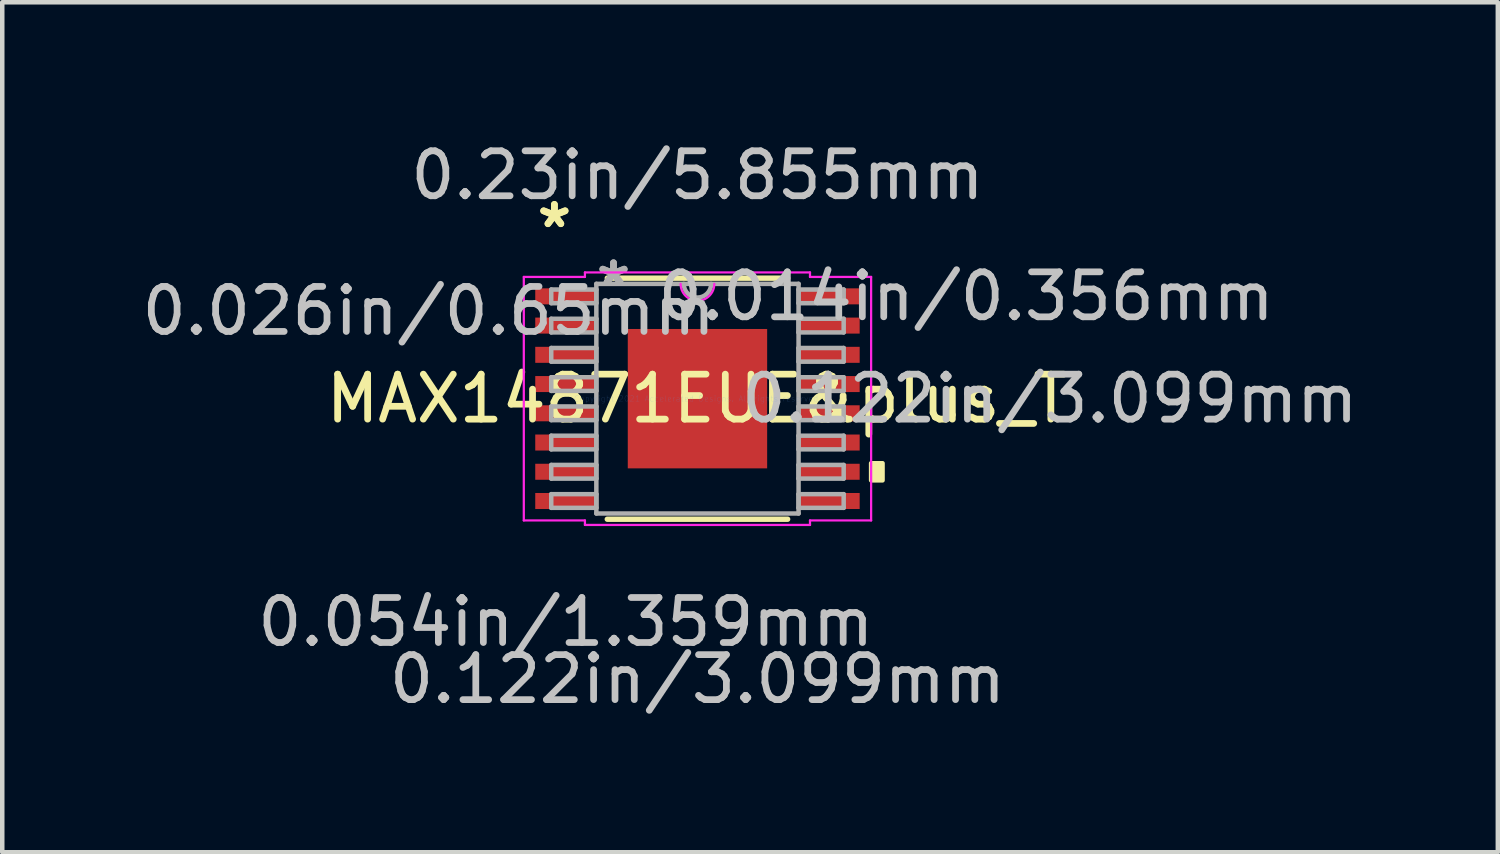
<source format=kicad_pcb>
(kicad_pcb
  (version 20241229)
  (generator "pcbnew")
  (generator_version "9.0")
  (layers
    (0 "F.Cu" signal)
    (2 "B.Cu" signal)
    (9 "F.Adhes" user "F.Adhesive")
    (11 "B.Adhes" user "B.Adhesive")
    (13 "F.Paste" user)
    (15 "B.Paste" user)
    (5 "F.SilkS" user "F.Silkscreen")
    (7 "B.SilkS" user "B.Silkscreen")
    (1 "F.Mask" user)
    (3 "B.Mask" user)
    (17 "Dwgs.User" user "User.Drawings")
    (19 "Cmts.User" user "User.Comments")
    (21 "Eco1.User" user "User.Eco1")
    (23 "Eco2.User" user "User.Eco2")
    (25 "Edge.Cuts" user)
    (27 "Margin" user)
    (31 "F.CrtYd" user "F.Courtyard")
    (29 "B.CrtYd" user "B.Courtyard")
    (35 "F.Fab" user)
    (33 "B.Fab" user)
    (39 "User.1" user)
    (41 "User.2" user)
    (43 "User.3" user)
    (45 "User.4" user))
  (footprint "MAX14871EUE&plus_T"
    (layer "F.Cu")
    (at 12.457 5.814)
    (property "Reference" "MAX14871EUE&plus_T" (at 0 0 0) (layer "F.SilkS") (effects (font (size 1 1) (thickness 0.15))))
    (attr through_hole)
    (fp_line (start -2.005 2.68) (end 2.005 2.68) (stroke (width 0.12) (type solid)) (layer "F.SilkS"))
    (fp_line (start 2.005 -2.68) (end -2.005 -2.68) (stroke (width 0.12) (type solid)) (layer "F.SilkS"))
    (fp_poly (pts (xy 4.115 1.435) (xy 4.115 1.816) (xy 3.861 1.816) (xy 3.861 1.435)) (stroke (width 0.1) (type solid)) (fill yes) (layer "F.SilkS"))
    (fp_poly (pts (xy -1.449 -1.449) (xy -1.449 -0.1) (xy -0.1 -0.1) (xy -0.1 -1.449)) (stroke (width 0.1) (type solid)) (fill yes) (layer "F.Paste"))
    (fp_poly (pts (xy -1.449 0.1) (xy -1.449 1.449) (xy -0.1 1.449) (xy -0.1 0.1)) (stroke (width 0.1) (type solid)) (fill yes) (layer "F.Paste"))
    (fp_poly (pts (xy 0.1 -1.449) (xy 0.1 -0.1) (xy 1.449 -0.1) (xy 1.449 -1.449)) (stroke (width 0.1) (type solid)) (fill yes) (layer "F.Paste"))
    (fp_poly (pts (xy 0.1 0.1) (xy 0.1 1.449) (xy 1.449 1.449) (xy 1.449 0.1)) (stroke (width 0.1) (type solid)) (fill yes) (layer "F.Paste"))
    (fp_line (start -3.861 -2.707) (end -2.502 -2.707) (stroke (width 0.05) (type solid)) (layer "F.CrtYd"))
    (fp_line (start -3.861 2.707) (end -3.861 -2.707) (stroke (width 0.05) (type solid)) (layer "F.CrtYd"))
    (fp_line (start -2.502 -2.807) (end 2.502 -2.807) (stroke (width 0.05) (type solid)) (layer "F.CrtYd"))
    (fp_line (start -2.502 -2.707) (end -2.502 -2.807) (stroke (width 0.05) (type solid)) (layer "F.CrtYd"))
    (fp_line (start -2.502 2.707) (end -3.861 2.707) (stroke (width 0.05) (type solid)) (layer "F.CrtYd"))
    (fp_line (start -2.502 2.807) (end -2.502 2.707) (stroke (width 0.05) (type solid)) (layer "F.CrtYd"))
    (fp_line (start 2.502 -2.807) (end 2.502 -2.707) (stroke (width 0.05) (type solid)) (layer "F.CrtYd"))
    (fp_line (start 2.502 -2.707) (end 3.861 -2.707) (stroke (width 0.05) (type solid)) (layer "F.CrtYd"))
    (fp_line (start 2.502 2.707) (end 2.502 2.807) (stroke (width 0.05) (type solid)) (layer "F.CrtYd"))
    (fp_line (start 2.502 2.807) (end -2.502 2.807) (stroke (width 0.05) (type solid)) (layer "F.CrtYd"))
    (fp_line (start 3.861 -2.707) (end 3.861 2.707) (stroke (width 0.05) (type solid)) (layer "F.CrtYd"))
    (fp_line (start 3.861 2.707) (end 2.502 2.707) (stroke (width 0.05) (type solid)) (layer "F.CrtYd"))
    (fp_arc (start 0.37465 -2.5527) (mid 0 -2.17805) (end -0.37465 -2.5527) (stroke (width 0.05) (type solid)) (layer "F.CrtYd"))
    (fp_line (start -3.251 -2.427) (end -3.251 -2.123) (stroke (width 0.1) (type solid)) (layer "F.Fab"))
    (fp_line (start -3.251 -2.123) (end -2.248 -2.123) (stroke (width 0.1) (type solid)) (layer "F.Fab"))
    (fp_line (start -3.251 -1.777) (end -3.251 -1.473) (stroke (width 0.1) (type solid)) (layer "F.Fab"))
    (fp_line (start -3.251 -1.473) (end -2.248 -1.473) (stroke (width 0.1) (type solid)) (layer "F.Fab"))
    (fp_line (start -3.251 -1.127) (end -3.251 -0.823) (stroke (width 0.1) (type solid)) (layer "F.Fab"))
    (fp_line (start -3.251 -0.823) (end -2.248 -0.823) (stroke (width 0.1) (type solid)) (layer "F.Fab"))
    (fp_line (start -3.251 -0.477) (end -3.251 -0.173) (stroke (width 0.1) (type solid)) (layer "F.Fab"))
    (fp_line (start -3.251 -0.173) (end -2.248 -0.173) (stroke (width 0.1) (type solid)) (layer "F.Fab"))
    (fp_line (start -3.251 0.173) (end -3.251 0.477) (stroke (width 0.1) (type solid)) (layer "F.Fab"))
    (fp_line (start -3.251 0.477) (end -2.248 0.477) (stroke (width 0.1) (type solid)) (layer "F.Fab"))
    (fp_line (start -3.251 0.823) (end -3.251 1.127) (stroke (width 0.1) (type solid)) (layer "F.Fab"))
    (fp_line (start -3.251 1.127) (end -2.248 1.127) (stroke (width 0.1) (type solid)) (layer "F.Fab"))
    (fp_line (start -3.251 1.473) (end -3.251 1.777) (stroke (width 0.1) (type solid)) (layer "F.Fab"))
    (fp_line (start -3.251 1.777) (end -2.248 1.777) (stroke (width 0.1) (type solid)) (layer "F.Fab"))
    (fp_line (start -3.251 2.123) (end -3.251 2.427) (stroke (width 0.1) (type solid)) (layer "F.Fab"))
    (fp_line (start -3.251 2.427) (end -2.248 2.427) (stroke (width 0.1) (type solid)) (layer "F.Fab"))
    (fp_line (start -2.248 -2.553) (end -2.248 2.553) (stroke (width 0.1) (type solid)) (layer "F.Fab"))
    (fp_line (start -2.248 -2.427) (end -3.251 -2.427) (stroke (width 0.1) (type solid)) (layer "F.Fab"))
    (fp_line (start -2.248 -2.123) (end -2.248 -2.427) (stroke (width 0.1) (type solid)) (layer "F.Fab"))
    (fp_line (start -2.248 -1.777) (end -3.251 -1.777) (stroke (width 0.1) (type solid)) (layer "F.Fab"))
    (fp_line (start -2.248 -1.473) (end -2.248 -1.777) (stroke (width 0.1) (type solid)) (layer "F.Fab"))
    (fp_line (start -2.248 -1.127) (end -3.251 -1.127) (stroke (width 0.1) (type solid)) (layer "F.Fab"))
    (fp_line (start -2.248 -0.823) (end -2.248 -1.127) (stroke (width 0.1) (type solid)) (layer "F.Fab"))
    (fp_line (start -2.248 -0.477) (end -3.251 -0.477) (stroke (width 0.1) (type solid)) (layer "F.Fab"))
    (fp_line (start -2.248 -0.173) (end -2.248 -0.477) (stroke (width 0.1) (type solid)) (layer "F.Fab"))
    (fp_line (start -2.248 0.173) (end -3.251 0.173) (stroke (width 0.1) (type solid)) (layer "F.Fab"))
    (fp_line (start -2.248 0.477) (end -2.248 0.173) (stroke (width 0.1) (type solid)) (layer "F.Fab"))
    (fp_line (start -2.248 0.823) (end -3.251 0.823) (stroke (width 0.1) (type solid)) (layer "F.Fab"))
    (fp_line (start -2.248 1.127) (end -2.248 0.823) (stroke (width 0.1) (type solid)) (layer "F.Fab"))
    (fp_line (start -2.248 1.473) (end -3.251 1.473) (stroke (width 0.1) (type solid)) (layer "F.Fab"))
    (fp_line (start -2.248 1.777) (end -2.248 1.473) (stroke (width 0.1) (type solid)) (layer "F.Fab"))
    (fp_line (start -2.248 2.123) (end -3.251 2.123) (stroke (width 0.1) (type solid)) (layer "F.Fab"))
    (fp_line (start -2.248 2.427) (end -2.248 2.123) (stroke (width 0.1) (type solid)) (layer "F.Fab"))
    (fp_line (start -2.248 2.553) (end 2.248 2.553) (stroke (width 0.1) (type solid)) (layer "F.Fab"))
    (fp_line (start 2.248 -2.553) (end -2.248 -2.553) (stroke (width 0.1) (type solid)) (layer "F.Fab"))
    (fp_line (start 2.248 -2.427) (end 2.248 -2.123) (stroke (width 0.1) (type solid)) (layer "F.Fab"))
    (fp_line (start 2.248 -2.123) (end 3.251 -2.123) (stroke (width 0.1) (type solid)) (layer "F.Fab"))
    (fp_line (start 2.248 -1.777) (end 2.248 -1.473) (stroke (width 0.1) (type solid)) (layer "F.Fab"))
    (fp_line (start 2.248 -1.473) (end 3.251 -1.473) (stroke (width 0.1) (type solid)) (layer "F.Fab"))
    (fp_line (start 2.248 -1.127) (end 2.248 -0.823) (stroke (width 0.1) (type solid)) (layer "F.Fab"))
    (fp_line (start 2.248 -0.823) (end 3.251 -0.823) (stroke (width 0.1) (type solid)) (layer "F.Fab"))
    (fp_line (start 2.248 -0.477) (end 2.248 -0.173) (stroke (width 0.1) (type solid)) (layer "F.Fab"))
    (fp_line (start 2.248 -0.173) (end 3.251 -0.173) (stroke (width 0.1) (type solid)) (layer "F.Fab"))
    (fp_line (start 2.248 0.173) (end 2.248 0.477) (stroke (width 0.1) (type solid)) (layer "F.Fab"))
    (fp_line (start 2.248 0.477) (end 3.251 0.477) (stroke (width 0.1) (type solid)) (layer "F.Fab"))
    (fp_line (start 2.248 0.823) (end 2.248 1.127) (stroke (width 0.1) (type solid)) (layer "F.Fab"))
    (fp_line (start 2.248 1.127) (end 3.251 1.127) (stroke (width 0.1) (type solid)) (layer "F.Fab"))
    (fp_line (start 2.248 1.473) (end 2.248 1.777) (stroke (width 0.1) (type solid)) (layer "F.Fab"))
    (fp_line (start 2.248 1.777) (end 3.251 1.777) (stroke (width 0.1) (type solid)) (layer "F.Fab"))
    (fp_line (start 2.248 2.123) (end 2.248 2.427) (stroke (width 0.1) (type solid)) (layer "F.Fab"))
    (fp_line (start 2.248 2.427) (end 3.251 2.427) (stroke (width 0.1) (type solid)) (layer "F.Fab"))
    (fp_line (start 2.248 2.553) (end 2.248 -2.553) (stroke (width 0.1) (type solid)) (layer "F.Fab"))
    (fp_line (start 3.251 -2.427) (end 2.248 -2.427) (stroke (width 0.1) (type solid)) (layer "F.Fab"))
    (fp_line (start 3.251 -2.123) (end 3.251 -2.427) (stroke (width 0.1) (type solid)) (layer "F.Fab"))
    (fp_line (start 3.251 -1.777) (end 2.248 -1.777) (stroke (width 0.1) (type solid)) (layer "F.Fab"))
    (fp_line (start 3.251 -1.473) (end 3.251 -1.777) (stroke (width 0.1) (type solid)) (layer "F.Fab"))
    (fp_line (start 3.251 -1.127) (end 2.248 -1.127) (stroke (width 0.1) (type solid)) (layer "F.Fab"))
    (fp_line (start 3.251 -0.823) (end 3.251 -1.127) (stroke (width 0.1) (type solid)) (layer "F.Fab"))
    (fp_line (start 3.251 -0.477) (end 2.248 -0.477) (stroke (width 0.1) (type solid)) (layer "F.Fab"))
    (fp_line (start 3.251 -0.173) (end 3.251 -0.477) (stroke (width 0.1) (type solid)) (layer "F.Fab"))
    (fp_line (start 3.251 0.173) (end 2.248 0.173) (stroke (width 0.1) (type solid)) (layer "F.Fab"))
    (fp_line (start 3.251 0.477) (end 3.251 0.173) (stroke (width 0.1) (type solid)) (layer "F.Fab"))
    (fp_line (start 3.251 0.823) (end 2.248 0.823) (stroke (width 0.1) (type solid)) (layer "F.Fab"))
    (fp_line (start 3.251 1.127) (end 3.251 0.823) (stroke (width 0.1) (type solid)) (layer "F.Fab"))
    (fp_line (start 3.251 1.473) (end 2.248 1.473) (stroke (width 0.1) (type solid)) (layer "F.Fab"))
    (fp_line (start 3.251 1.777) (end 3.251 1.473) (stroke (width 0.1) (type solid)) (layer "F.Fab"))
    (fp_line (start 3.251 2.123) (end 2.248 2.123) (stroke (width 0.1) (type solid)) (layer "F.Fab"))
    (fp_line (start 3.251 2.427) (end 3.251 2.123) (stroke (width 0.1) (type solid)) (layer "F.Fab"))
    (fp_arc (start 0.3048 -2.5527) (mid 0 -2.2479) (end -0.3048 -2.5527) (stroke (width 0.1) (type solid)) (layer "F.Fab"))
    (fp_text user "*" (at -3.181 -3.774 0) (layer "F.SilkS") (effects (font (size 1 1) (thickness 0.15))))
    (fp_text user "*" (at -3.181 -3.774 0) (layer "F.SilkS") (effects (font (size 1 1) (thickness 0.15))))
    (fp_text user "0.122in/3.099mm" (at 0 6.236 0) (layer "Dwgs.User") (effects (font (size 1 1) (thickness 0.15))))
    (fp_text user "0.014in/0.356mm" (at 5.975 -2.275 0) (layer "Dwgs.User") (effects (font (size 1 1) (thickness 0.15))))
    (fp_text user "0.23in/5.855mm" (at 0 -4.966 0) (layer "Dwgs.User") (effects (font (size 1 1) (thickness 0.15))))
    (fp_text user "0.122in/3.099mm" (at 7.836 0 0) (layer "Dwgs.User") (effects (font (size 1 1) (thickness 0.15))))
    (fp_text user "0.054in/1.359mm" (at -2.927 4.966 0) (layer "Dwgs.User") (effects (font (size 1 1) (thickness 0.15))))
    (fp_text user "0.026in/0.65mm" (at -5.975 -1.95 0) (layer "Dwgs.User") (effects (font (size 1 1) (thickness 0.15))))
    (fp_text user "Copyright 2021 Accelerated Designs. All rights reserved." (at 0 0 0) (layer "Cmts.User") (effects (font (size 0.127 0.127) (thickness 0.002))))
    (fp_text user "*" (at -1.867 -2.477 0) (layer "F.Fab") (effects (font (size 1 1) (thickness 0.15))))
    (fp_text user "*" (at -1.867 -2.477 0) (layer "F.Fab") (effects (font (size 1 1) (thickness 0.15))))
    (pad "1" smd rect (at -2.927 -2.275) (size 1.359 0.356) (layers "F.Cu" "F.Mask" "F.Paste"))
    (pad "2" smd rect (at -2.927 -1.625) (size 1.359 0.356) (layers "F.Cu" "F.Mask" "F.Paste"))
    (pad "3" smd rect (at -2.927 -0.975) (size 1.359 0.356) (layers "F.Cu" "F.Mask" "F.Paste"))
    (pad "4" smd rect (at -2.927 -0.325) (size 1.359 0.356) (layers "F.Cu" "F.Mask" "F.Paste"))
    (pad "5" smd rect (at -2.927 0.325) (size 1.359 0.356) (layers "F.Cu" "F.Mask" "F.Paste"))
    (pad "6" smd rect (at -2.927 0.975) (size 1.359 0.356) (layers "F.Cu" "F.Mask" "F.Paste"))
    (pad "7" smd rect (at -2.927 1.625) (size 1.359 0.356) (layers "F.Cu" "F.Mask" "F.Paste"))
    (pad "8" smd rect (at -2.927 2.275) (size 1.359 0.356) (layers "F.Cu" "F.Mask" "F.Paste"))
    (pad "9" smd rect (at 2.927 2.275) (size 1.359 0.356) (layers "F.Cu" "F.Mask" "F.Paste"))
    (pad "10" smd rect (at 2.927 1.625) (size 1.359 0.356) (layers "F.Cu" "F.Mask" "F.Paste"))
    (pad "11" smd rect (at 2.927 0.975) (size 1.359 0.356) (layers "F.Cu" "F.Mask" "F.Paste"))
    (pad "12" smd rect (at 2.927 0.325) (size 1.359 0.356) (layers "F.Cu" "F.Mask" "F.Paste"))
    (pad "13" smd rect (at 2.927 -0.325) (size 1.359 0.356) (layers "F.Cu" "F.Mask" "F.Paste"))
    (pad "14" smd rect (at 2.927 -0.975) (size 1.359 0.356) (layers "F.Cu" "F.Mask" "F.Paste"))
    (pad "15" smd rect (at 2.927 -1.625) (size 1.359 0.356) (layers "F.Cu" "F.Mask" "F.Paste"))
    (pad "16" smd rect (at 2.927 -2.275) (size 1.359 0.356) (layers "F.Cu" "F.Mask" "F.Paste"))
    (pad "EPAD" smd rect (at 0 0) (size 3.099 3.099) (layers "F.Cu" "F.Mask" "F.Paste")))
  (gr_rect
    (start -3 -3)
    (end 30.252 15.898)
    (stroke (width 0.1) (type default))
    (fill no)
    (layer "Edge.Cuts")))
</source>
